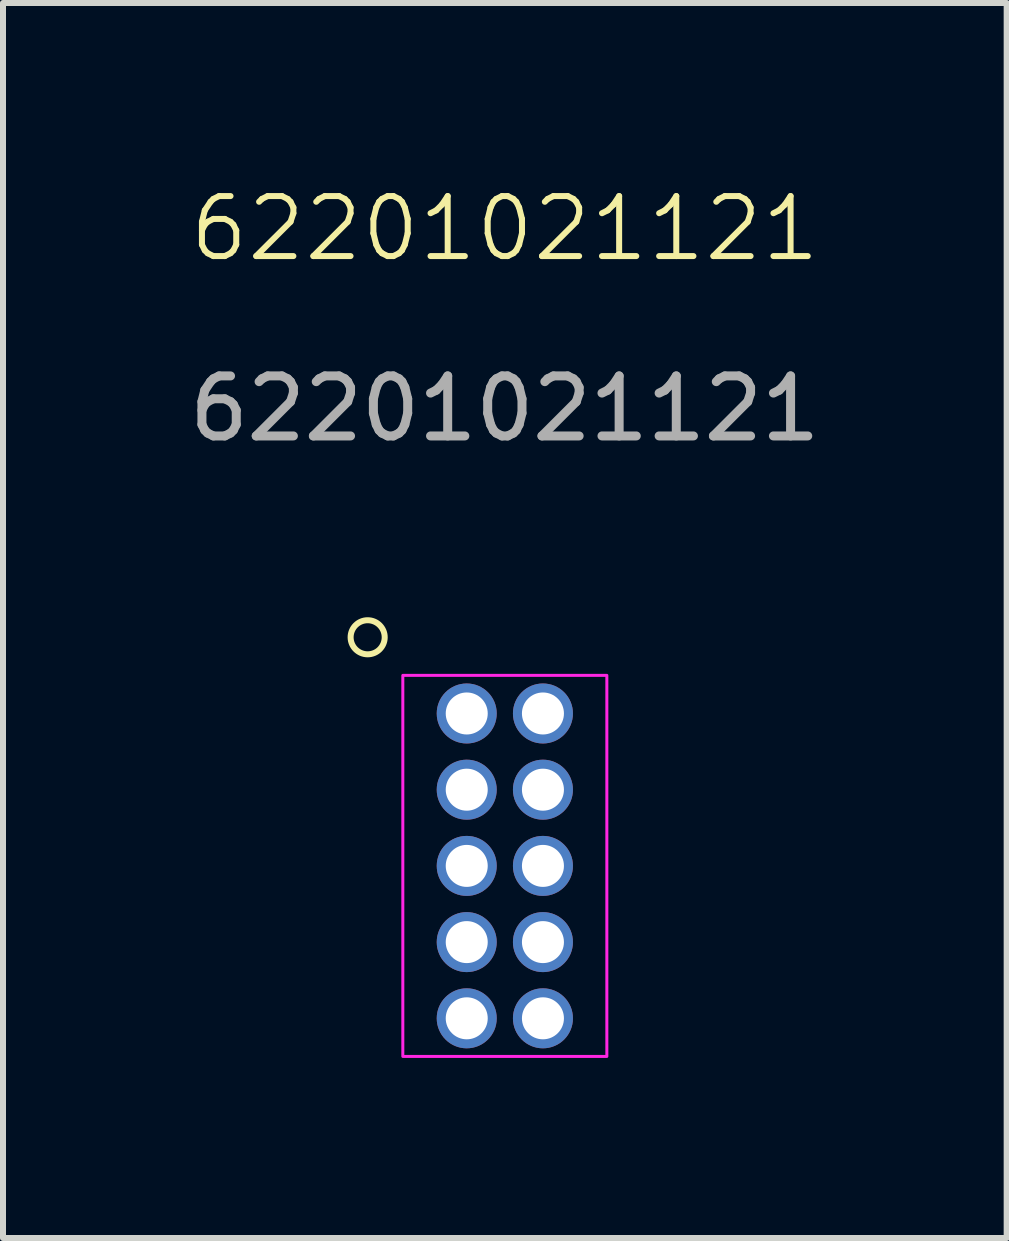
<source format=kicad_pcb>
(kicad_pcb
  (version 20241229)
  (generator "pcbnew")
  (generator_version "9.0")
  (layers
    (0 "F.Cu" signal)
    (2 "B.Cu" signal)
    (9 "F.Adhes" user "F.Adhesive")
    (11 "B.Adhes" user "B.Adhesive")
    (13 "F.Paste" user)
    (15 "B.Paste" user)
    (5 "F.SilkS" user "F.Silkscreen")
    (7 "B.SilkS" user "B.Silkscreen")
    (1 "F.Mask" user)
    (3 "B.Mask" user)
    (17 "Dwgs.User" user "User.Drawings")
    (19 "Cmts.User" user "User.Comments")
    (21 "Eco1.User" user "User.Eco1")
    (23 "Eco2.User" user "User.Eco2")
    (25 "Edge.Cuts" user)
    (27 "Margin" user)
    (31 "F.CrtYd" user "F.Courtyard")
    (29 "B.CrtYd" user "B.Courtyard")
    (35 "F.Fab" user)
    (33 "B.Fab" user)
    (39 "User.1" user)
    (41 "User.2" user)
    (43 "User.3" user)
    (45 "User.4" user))
  (footprint "62201021121"
    (layer "F.Cu")
    (at 5.363 11.38)
    (property "Reference" "62201021121" (at 0 -10.62 0) (unlocked yes) (layer "F.SilkS") (effects (font (size 1 1) (thickness 0.1))))
    (attr smd)
    (fp_circle (center -2.286 -3.81) (end -2.159 -3.556) (stroke (width 0.1) (type default)) (fill no) (layer "F.SilkS"))
    (fp_rect (start -1.7 -3.175) (end 1.7 3.175) (stroke (width 0.05) (type default)) (fill no) (layer "F.CrtYd"))
    (fp_text user "${REFERENCE}" (at 0 -7.62 0) (unlocked yes) (layer "F.Fab") (effects (font (size 1 1) (thickness 0.15))))
    (pad "1" thru_hole circle (at -0.635 -2.54) (size 1 1) (drill 0.7) (layers "*.Cu" "*.Mask"))
    (pad "2" thru_hole circle (at 0.635 -2.54) (size 1 1) (drill 0.7) (layers "*.Cu" "*.Mask"))
    (pad "3" thru_hole circle (at -0.635 -1.27) (size 1 1) (drill 0.7) (layers "*.Cu" "*.Mask"))
    (pad "4" thru_hole circle (at 0.635 -1.27) (size 1 1) (drill 0.7) (layers "*.Cu" "*.Mask"))
    (pad "5" thru_hole circle (at -0.635 0) (size 1 1) (drill 0.7) (layers "*.Cu" "*.Mask"))
    (pad "6" thru_hole circle (at 0.635 0) (size 1 1) (drill 0.7) (layers "*.Cu" "*.Mask"))
    (pad "7" thru_hole circle (at -0.635 1.27) (size 1 1) (drill 0.7) (layers "*.Cu" "*.Mask"))
    (pad "8" thru_hole circle (at 0.635 1.27) (size 1 1) (drill 0.7) (layers "*.Cu" "*.Mask"))
    (pad "9" thru_hole circle (at -0.635 2.54) (size 1 1) (drill 0.7) (layers "*.Cu" "*.Mask"))
    (pad "10" thru_hole circle (at 0.635 2.54) (size 1 1) (drill 0.7) (layers "*.Cu" "*.Mask")))
  (gr_rect
    (start -3 -3)
    (end 13.726 17.581)
    (stroke (width 0.1) (type default))
    (fill no)
    (layer "Edge.Cuts")))
</source>
